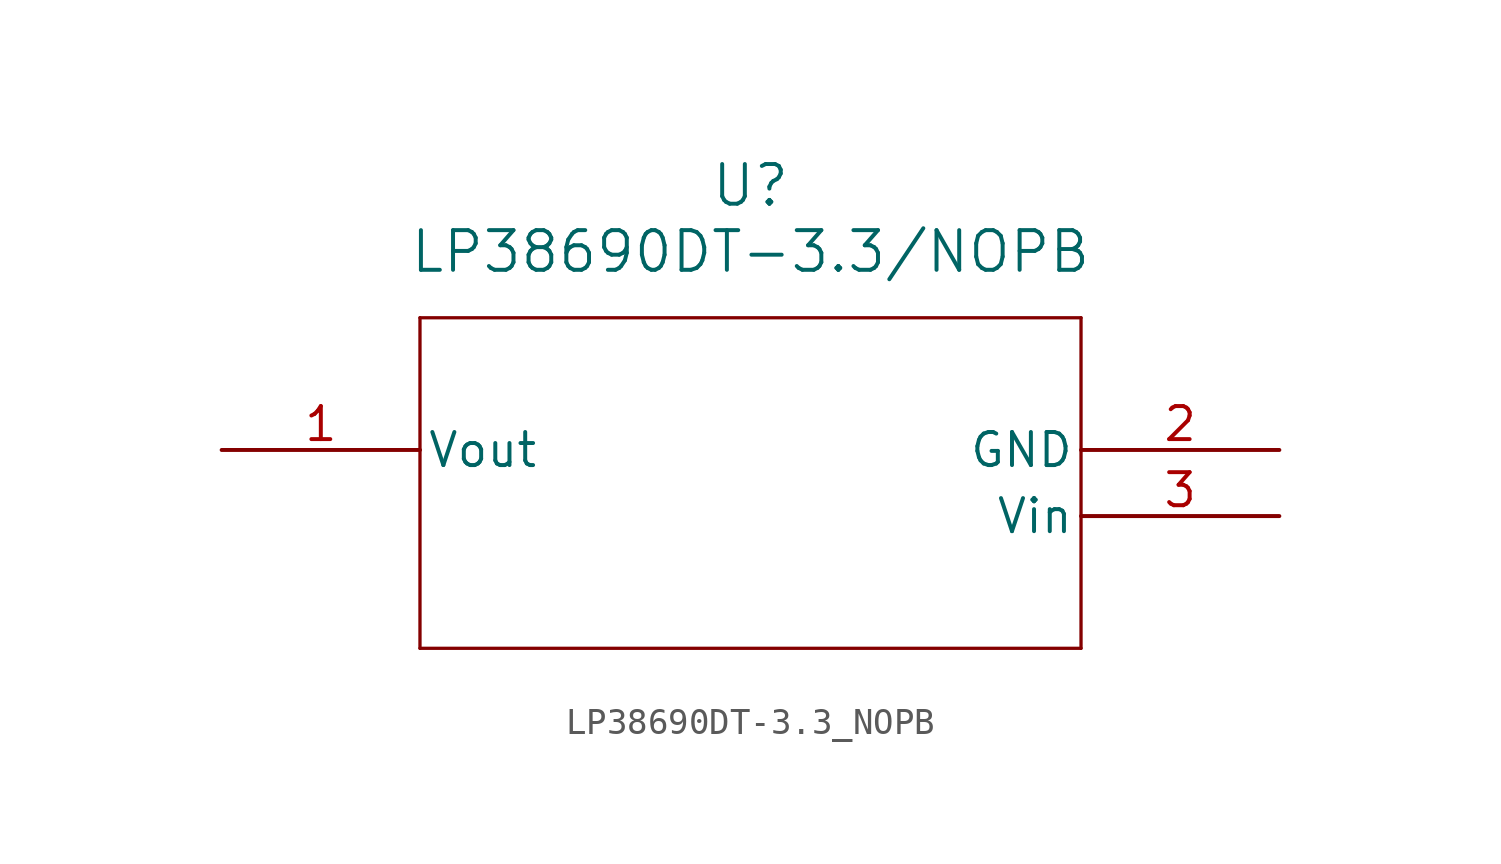
<source format=kicad_sym>
(kicad_symbol_lib
  (version 20211014)
  (generator kicad_symbol_editor)
  (symbol "LP38690DT-3.3_NOPB"
    (pin_names
      (offset 0.254))
    (property "Reference" "U"
      (at 20.32 10.16 0)
      (effects (font (size 1.524 1.524))))
    (property "Value" "LP38690DT-3.3/NOPB"
      (at 20.32 7.62 0)
      (effects (font (size 1.524 1.524))))
    (symbol "LP38690DT-3.3_NOPB_0_1"
      (polyline (pts (xy 7.62 5.08) (xy 7.62 -7.62)) (stroke (width 0.127) (type default) (color 0 0 0 0)) (fill (type none)))
      (polyline (pts (xy 7.62 -7.62) (xy 33.02 -7.62)) (stroke (width 0.127) (type default) (color 0 0 0 0)) (fill (type none)))
      (polyline (pts (xy 33.02 -7.62) (xy 33.02 5.08)) (stroke (width 0.127) (type default) (color 0 0 0 0)) (fill (type none)))
      (polyline (pts (xy 33.02 5.08) (xy 7.62 5.08)) (stroke (width 0.127) (type default) (color 0 0 0 0)) (fill (type none)))
      (pin output line (at 0 0 0) (length 7.62) (name "Vout" (effects (font (size 1.27 1.27)))) (number "1" (effects (font (size 1.27 1.27)))))
      (pin passive line (at 40.64 0 180) (length 7.62) (name "GND" (effects (font (size 1.27 1.27)))) (number "2" (effects (font (size 1.27 1.27)))))
      (pin input line (at 40.64 -2.54 180) (length 7.62) (name "Vin" (effects (font (size 1.27 1.27)))) (number "3" (effects (font (size 1.27 1.27))))))))
</source>
